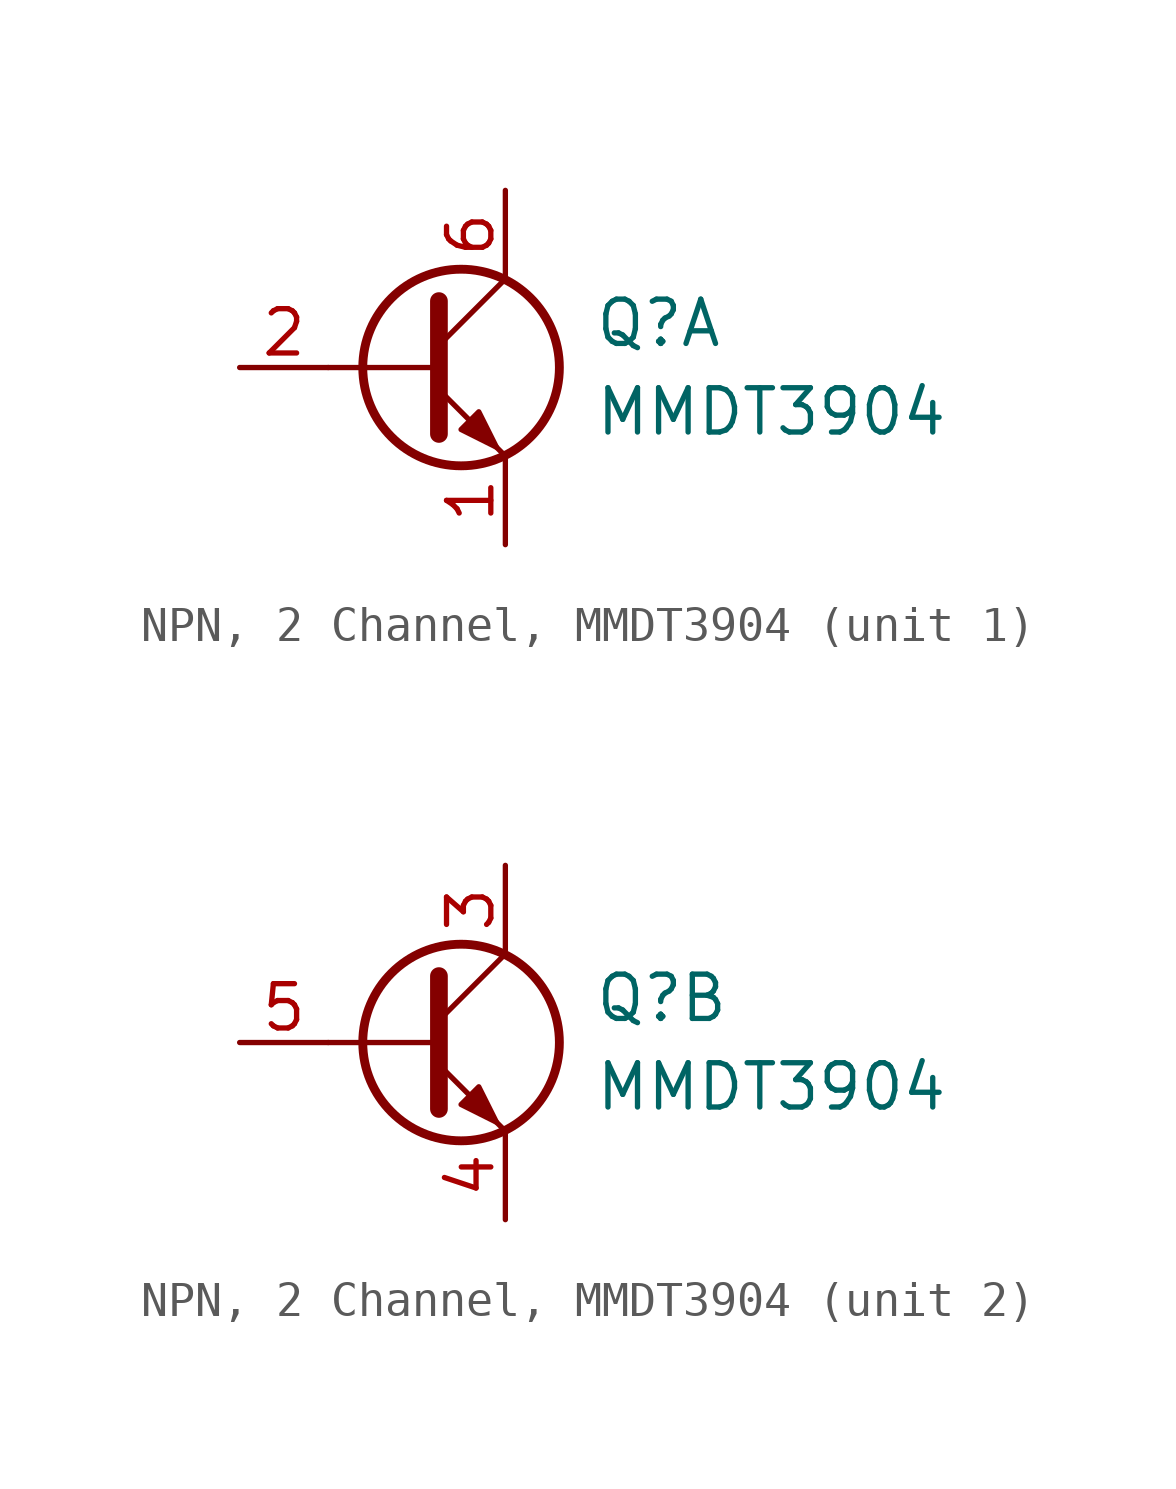
<source format=kicad_sym>
(kicad_symbol_lib
  (version 20231120)
  (generator "CDFER_Archive_Tool")
  (generator_version "0.0")
  (symbol "NPN, 2 Channel, MMDT3904"
    (pin_names
      (offset 0) hide)
    (property "Reference" "Q"
      (at 5.08 1.27 0)
      (effects (font (size 1.27 1.27)) (justify left)))
    (property "Value" "MMDT3904"
      (at 5.08 -1.27 0)
      (effects (font (size 1.27 1.27)) (justify left)))
    (property "ki_locked" ""
      (at 0 0 0)
      (effects (font (size 1.27 1.27))))
    (symbol "NPN, 2 Channel, MMDT3904_0_1"
      (polyline (pts (xy 0.635 0) (xy -2.54 0)) (stroke (width 0) (type default)) (fill (type none)))
      (polyline (pts (xy 0.635 0.635) (xy 2.54 2.54)) (stroke (width 0) (type default)) (fill (type none)))
      (polyline (pts (xy 0.635 -0.635) (xy 2.54 -2.54) (xy 2.54 -2.54)) (stroke (width 0) (type default)) (fill (type none)))
      (polyline (pts (xy 0.635 1.905) (xy 0.635 -1.905) (xy 0.635 -1.905)) (stroke (width 0.508) (type default)) (fill (type none)))
      (polyline (pts (xy 1.27 -1.778) (xy 1.778 -1.27) (xy 2.286 -2.286) (xy 1.27 -1.778) (xy 1.27 -1.778)) (stroke (width 0) (type default)) (fill (type outline)))
      (circle (center 1.27 0) (radius 2.819) (stroke (width 0.254) (type default)) (fill (type none))))
    (symbol "NPN, 2 Channel, MMDT3904_1_1"
      (pin passive line (at 2.54 -5.08 90) (length 2.54) (name "E1" (effects (font (size 1.27 1.27)))) (number "1" (effects (font (size 1.27 1.27)))))
      (pin input line (at -5.08 0 0) (length 2.54) (name "B1" (effects (font (size 1.27 1.27)))) (number "2" (effects (font (size 1.27 1.27)))))
      (pin passive line (at 2.54 5.08 270) (length 2.54) (name "C1" (effects (font (size 1.27 1.27)))) (number "6" (effects (font (size 1.27 1.27))))))
    (symbol "NPN, 2 Channel, MMDT3904_2_1"
      (pin passive line (at 2.54 5.08 270) (length 2.54) (name "C2" (effects (font (size 1.27 1.27)))) (number "3" (effects (font (size 1.27 1.27)))))
      (pin passive line (at 2.54 -5.08 90) (length 2.54) (name "E2" (effects (font (size 1.27 1.27)))) (number "4" (effects (font (size 1.27 1.27)))))
      (pin input line (at -5.08 0 0) (length 2.54) (name "B2" (effects (font (size 1.27 1.27)))) (number "5" (effects (font (size 1.27 1.27))))))))
</source>
